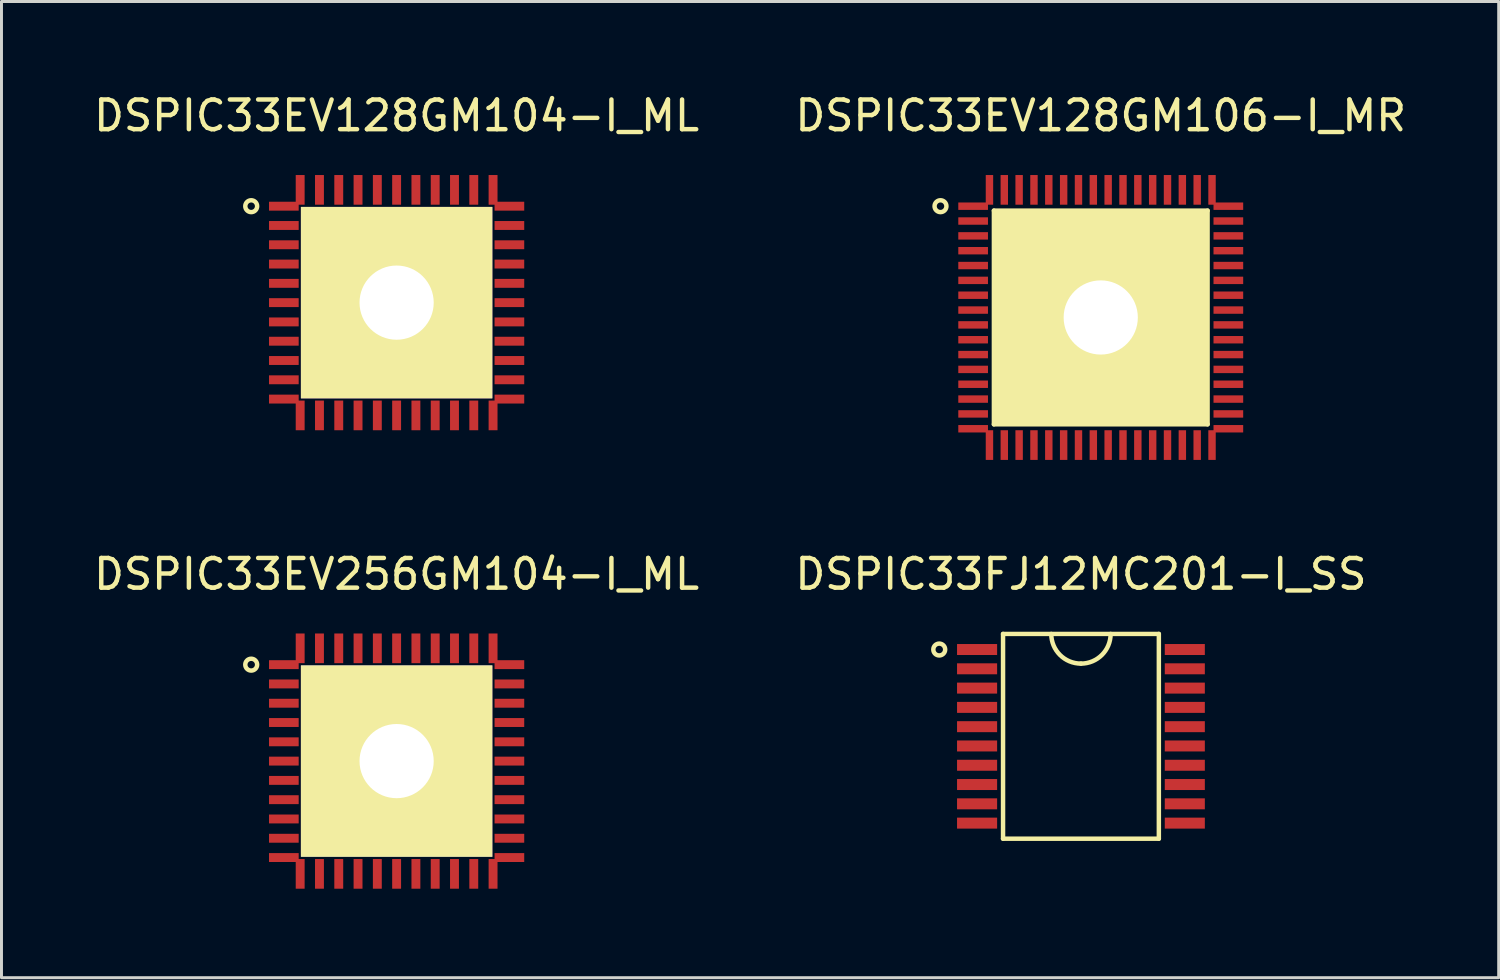
<source format=kicad_pcb>
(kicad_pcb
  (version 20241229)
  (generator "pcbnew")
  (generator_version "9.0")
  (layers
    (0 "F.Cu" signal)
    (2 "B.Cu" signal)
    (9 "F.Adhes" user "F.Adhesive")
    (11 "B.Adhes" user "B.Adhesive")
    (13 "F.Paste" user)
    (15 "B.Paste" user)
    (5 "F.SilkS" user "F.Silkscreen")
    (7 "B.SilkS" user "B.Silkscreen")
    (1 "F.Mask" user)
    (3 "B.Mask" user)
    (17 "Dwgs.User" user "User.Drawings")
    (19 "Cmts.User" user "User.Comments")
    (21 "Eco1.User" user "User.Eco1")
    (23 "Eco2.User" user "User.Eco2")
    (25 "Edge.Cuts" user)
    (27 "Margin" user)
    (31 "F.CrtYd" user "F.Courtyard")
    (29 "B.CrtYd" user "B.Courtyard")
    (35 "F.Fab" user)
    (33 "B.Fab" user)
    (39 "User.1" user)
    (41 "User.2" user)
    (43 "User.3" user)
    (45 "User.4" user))
  (footprint "DSPIC33EV128GM104-I_ML"
    (layer "F.Cu")
    (at 6.515 3.348)
    (property "Reference" "DSPIC33EV128GM104-I_ML" (at 3.8 -2.5 0) (layer "F.SilkS") (effects (font (size 1 1) (thickness 0.15))))
    (attr through_hole)
    (fp_line (start 0.7 0.7) (end 0.7 6.9) (stroke (width 0.15) (type solid)) (layer "F.SilkS"))
    (fp_line (start 0.7 0.7) (end 6.9 0.7) (stroke (width 0.15) (type solid)) (layer "F.SilkS"))
    (fp_line (start 0.7 6.9) (end 6.9 6.9) (stroke (width 0.15) (type solid)) (layer "F.SilkS"))
    (fp_line (start 6.9 6.9) (end 6.9 0.7) (stroke (width 0.15) (type solid)) (layer "F.SilkS"))
    (fp_circle (center -1.1 0.55) (end -1.1 0.35) (stroke (width 0.15) (type solid)) (fill no) (layer "F.SilkS"))
    (fp_circle (center 1.7 1.7) (end 1.7 1.2) (stroke (width 0.15) (type solid)) (fill no) (layer "F.SilkS"))
    (pad "1" smd rect (at 0 0.55) (size 1 0.3) (layers "F.Cu" "F.Mask" "F.Paste"))
    (pad "2" smd rect (at 0 1.2) (size 1 0.3) (layers "F.Cu" "F.Mask" "F.Paste"))
    (pad "3" smd rect (at 0 1.85) (size 1 0.3) (layers "F.Cu" "F.Mask" "F.Paste"))
    (pad "4" smd rect (at 0 2.5) (size 1 0.3) (layers "F.Cu" "F.Mask" "F.Paste"))
    (pad "5" smd rect (at 0 3.15) (size 1 0.3) (layers "F.Cu" "F.Mask" "F.Paste"))
    (pad "6" smd rect (at 0 3.8) (size 1 0.3) (layers "F.Cu" "F.Mask" "F.Paste"))
    (pad "7" smd rect (at 0 4.45) (size 1 0.3) (layers "F.Cu" "F.Mask" "F.Paste"))
    (pad "8" smd rect (at 0 5.1) (size 1 0.3) (layers "F.Cu" "F.Mask" "F.Paste"))
    (pad "9" smd rect (at 0 5.75) (size 1 0.3) (layers "F.Cu" "F.Mask" "F.Paste"))
    (pad "10" smd rect (at 0 6.4) (size 1 0.3) (layers "F.Cu" "F.Mask" "F.Paste"))
    (pad "11" smd rect (at 0 7.05) (size 1 0.3) (layers "F.Cu" "F.Mask" "F.Paste"))
    (pad "12" smd rect (at 0.55 7.6) (size 0.3 1) (layers "F.Cu" "F.Mask" "F.Paste"))
    (pad "13" smd rect (at 1.2 7.6) (size 0.3 1) (layers "F.Cu" "F.Mask" "F.Paste"))
    (pad "14" smd rect (at 1.85 7.6) (size 0.3 1) (layers "F.Cu" "F.Mask" "F.Paste"))
    (pad "15" smd rect (at 2.5 7.6) (size 0.3 1) (layers "F.Cu" "F.Mask" "F.Paste"))
    (pad "16" smd rect (at 3.15 7.6) (size 0.3 1) (layers "F.Cu" "F.Mask" "F.Paste"))
    (pad "17" smd rect (at 3.8 7.6) (size 0.3 1) (layers "F.Cu" "F.Mask" "F.Paste"))
    (pad "18" smd rect (at 4.45 7.6) (size 0.3 1) (layers "F.Cu" "F.Mask" "F.Paste"))
    (pad "19" smd rect (at 5.1 7.6) (size 0.3 1) (layers "F.Cu" "F.Mask" "F.Paste"))
    (pad "20" smd rect (at 5.75 7.6) (size 0.3 1) (layers "F.Cu" "F.Mask" "F.Paste"))
    (pad "21" smd rect (at 6.4 7.6) (size 0.3 1) (layers "F.Cu" "F.Mask" "F.Paste"))
    (pad "22" smd rect (at 7.05 7.6) (size 0.3 1) (layers "F.Cu" "F.Mask" "F.Paste"))
    (pad "23" smd rect (at 7.6 7.05) (size 1 0.3) (layers "F.Cu" "F.Mask" "F.Paste"))
    (pad "24" smd rect (at 7.6 6.4) (size 1 0.3) (layers "F.Cu" "F.Mask" "F.Paste"))
    (pad "25" smd rect (at 7.6 5.75) (size 1 0.3) (layers "F.Cu" "F.Mask" "F.Paste"))
    (pad "26" smd rect (at 7.6 5.1) (size 1 0.3) (layers "F.Cu" "F.Mask" "F.Paste"))
    (pad "27" smd rect (at 7.6 4.45) (size 1 0.3) (layers "F.Cu" "F.Mask" "F.Paste"))
    (pad "28" smd rect (at 7.6 3.8) (size 1 0.3) (layers "F.Cu" "F.Mask" "F.Paste"))
    (pad "29" smd rect (at 7.6 3.15) (size 1 0.3) (layers "F.Cu" "F.Mask" "F.Paste"))
    (pad "30" smd rect (at 7.6 2.5) (size 1 0.3) (layers "F.Cu" "F.Mask" "F.Paste"))
    (pad "31" smd rect (at 7.6 1.85) (size 1 0.3) (layers "F.Cu" "F.Mask" "F.Paste"))
    (pad "32" smd rect (at 7.6 1.2) (size 1 0.3) (layers "F.Cu" "F.Mask" "F.Paste"))
    (pad "33" smd rect (at 7.6 0.55) (size 1 0.3) (layers "F.Cu" "F.Mask" "F.Paste"))
    (pad "34" smd rect (at 7.05 0) (size 0.3 1) (layers "F.Cu" "F.Mask" "F.Paste"))
    (pad "35" smd rect (at 6.4 0) (size 0.3 1) (layers "F.Cu" "F.Mask" "F.Paste"))
    (pad "36" smd rect (at 5.75 0) (size 0.3 1) (layers "F.Cu" "F.Mask" "F.Paste"))
    (pad "37" smd rect (at 5.1 0) (size 0.3 1) (layers "F.Cu" "F.Mask" "F.Paste"))
    (pad "38" smd rect (at 4.45 0) (size 0.3 1) (layers "F.Cu" "F.Mask" "F.Paste"))
    (pad "39" smd rect (at 3.8 0) (size 0.3 1) (layers "F.Cu" "F.Mask" "F.Paste"))
    (pad "40" smd rect (at 3.15 0) (size 0.3 1) (layers "F.Cu" "F.Mask" "F.Paste"))
    (pad "41" smd rect (at 2.5 0) (size 0.3 1) (layers "F.Cu" "F.Mask" "F.Paste"))
    (pad "42" smd rect (at 1.85 0) (size 0.3 1) (layers "F.Cu" "F.Mask" "F.Paste"))
    (pad "43" smd rect (at 1.2 0) (size 0.3 1) (layers "F.Cu" "F.Mask" "F.Paste"))
    (pad "44" smd rect (at 0.55 0) (size 0.3 1) (layers "F.Cu" "F.Mask" "F.Paste"))
    (pad "999" thru_hole rect (at 3.8 3.8) (size 6.45 6.45) (drill 2.5) (layers "*.Cu" "*.Mask" "F.SilkS")))
  (footprint "DSPIC33EV256GM104-I_ML"
    (layer "F.Cu")
    (at 6.515 18.797)
    (property "Reference" "DSPIC33EV256GM104-I_ML" (at 3.8 -2.5 0) (layer "F.SilkS") (effects (font (size 1 1) (thickness 0.15))))
    (attr through_hole)
    (fp_line (start 0.7 0.7) (end 0.7 6.9) (stroke (width 0.15) (type solid)) (layer "F.SilkS"))
    (fp_line (start 0.7 0.7) (end 6.9 0.7) (stroke (width 0.15) (type solid)) (layer "F.SilkS"))
    (fp_line (start 0.7 6.9) (end 6.9 6.9) (stroke (width 0.15) (type solid)) (layer "F.SilkS"))
    (fp_line (start 6.9 6.9) (end 6.9 0.7) (stroke (width 0.15) (type solid)) (layer "F.SilkS"))
    (fp_circle (center -1.1 0.55) (end -1.1 0.35) (stroke (width 0.15) (type solid)) (fill no) (layer "F.SilkS"))
    (fp_circle (center 1.7 1.7) (end 1.7 1.2) (stroke (width 0.15) (type solid)) (fill no) (layer "F.SilkS"))
    (pad "1" smd rect (at 0 0.55) (size 1 0.3) (layers "F.Cu" "F.Mask" "F.Paste"))
    (pad "2" smd rect (at 0 1.2) (size 1 0.3) (layers "F.Cu" "F.Mask" "F.Paste"))
    (pad "3" smd rect (at 0 1.85) (size 1 0.3) (layers "F.Cu" "F.Mask" "F.Paste"))
    (pad "4" smd rect (at 0 2.5) (size 1 0.3) (layers "F.Cu" "F.Mask" "F.Paste"))
    (pad "5" smd rect (at 0 3.15) (size 1 0.3) (layers "F.Cu" "F.Mask" "F.Paste"))
    (pad "6" smd rect (at 0 3.8) (size 1 0.3) (layers "F.Cu" "F.Mask" "F.Paste"))
    (pad "7" smd rect (at 0 4.45) (size 1 0.3) (layers "F.Cu" "F.Mask" "F.Paste"))
    (pad "8" smd rect (at 0 5.1) (size 1 0.3) (layers "F.Cu" "F.Mask" "F.Paste"))
    (pad "9" smd rect (at 0 5.75) (size 1 0.3) (layers "F.Cu" "F.Mask" "F.Paste"))
    (pad "10" smd rect (at 0 6.4) (size 1 0.3) (layers "F.Cu" "F.Mask" "F.Paste"))
    (pad "11" smd rect (at 0 7.05) (size 1 0.3) (layers "F.Cu" "F.Mask" "F.Paste"))
    (pad "12" smd rect (at 0.55 7.6) (size 0.3 1) (layers "F.Cu" "F.Mask" "F.Paste"))
    (pad "13" smd rect (at 1.2 7.6) (size 0.3 1) (layers "F.Cu" "F.Mask" "F.Paste"))
    (pad "14" smd rect (at 1.85 7.6) (size 0.3 1) (layers "F.Cu" "F.Mask" "F.Paste"))
    (pad "15" smd rect (at 2.5 7.6) (size 0.3 1) (layers "F.Cu" "F.Mask" "F.Paste"))
    (pad "16" smd rect (at 3.15 7.6) (size 0.3 1) (layers "F.Cu" "F.Mask" "F.Paste"))
    (pad "17" smd rect (at 3.8 7.6) (size 0.3 1) (layers "F.Cu" "F.Mask" "F.Paste"))
    (pad "18" smd rect (at 4.45 7.6) (size 0.3 1) (layers "F.Cu" "F.Mask" "F.Paste"))
    (pad "19" smd rect (at 5.1 7.6) (size 0.3 1) (layers "F.Cu" "F.Mask" "F.Paste"))
    (pad "20" smd rect (at 5.75 7.6) (size 0.3 1) (layers "F.Cu" "F.Mask" "F.Paste"))
    (pad "21" smd rect (at 6.4 7.6) (size 0.3 1) (layers "F.Cu" "F.Mask" "F.Paste"))
    (pad "22" smd rect (at 7.05 7.6) (size 0.3 1) (layers "F.Cu" "F.Mask" "F.Paste"))
    (pad "23" smd rect (at 7.6 7.05) (size 1 0.3) (layers "F.Cu" "F.Mask" "F.Paste"))
    (pad "24" smd rect (at 7.6 6.4) (size 1 0.3) (layers "F.Cu" "F.Mask" "F.Paste"))
    (pad "25" smd rect (at 7.6 5.75) (size 1 0.3) (layers "F.Cu" "F.Mask" "F.Paste"))
    (pad "26" smd rect (at 7.6 5.1) (size 1 0.3) (layers "F.Cu" "F.Mask" "F.Paste"))
    (pad "27" smd rect (at 7.6 4.45) (size 1 0.3) (layers "F.Cu" "F.Mask" "F.Paste"))
    (pad "28" smd rect (at 7.6 3.8) (size 1 0.3) (layers "F.Cu" "F.Mask" "F.Paste"))
    (pad "29" smd rect (at 7.6 3.15) (size 1 0.3) (layers "F.Cu" "F.Mask" "F.Paste"))
    (pad "30" smd rect (at 7.6 2.5) (size 1 0.3) (layers "F.Cu" "F.Mask" "F.Paste"))
    (pad "31" smd rect (at 7.6 1.85) (size 1 0.3) (layers "F.Cu" "F.Mask" "F.Paste"))
    (pad "32" smd rect (at 7.6 1.2) (size 1 0.3) (layers "F.Cu" "F.Mask" "F.Paste"))
    (pad "33" smd rect (at 7.6 0.55) (size 1 0.3) (layers "F.Cu" "F.Mask" "F.Paste"))
    (pad "34" smd rect (at 7.05 0) (size 0.3 1) (layers "F.Cu" "F.Mask" "F.Paste"))
    (pad "35" smd rect (at 6.4 0) (size 0.3 1) (layers "F.Cu" "F.Mask" "F.Paste"))
    (pad "36" smd rect (at 5.75 0) (size 0.3 1) (layers "F.Cu" "F.Mask" "F.Paste"))
    (pad "37" smd rect (at 5.1 0) (size 0.3 1) (layers "F.Cu" "F.Mask" "F.Paste"))
    (pad "38" smd rect (at 4.45 0) (size 0.3 1) (layers "F.Cu" "F.Mask" "F.Paste"))
    (pad "39" smd rect (at 3.8 0) (size 0.3 1) (layers "F.Cu" "F.Mask" "F.Paste"))
    (pad "40" smd rect (at 3.15 0) (size 0.3 1) (layers "F.Cu" "F.Mask" "F.Paste"))
    (pad "41" smd rect (at 2.5 0) (size 0.3 1) (layers "F.Cu" "F.Mask" "F.Paste"))
    (pad "42" smd rect (at 1.85 0) (size 0.3 1) (layers "F.Cu" "F.Mask" "F.Paste"))
    (pad "43" smd rect (at 1.2 0) (size 0.3 1) (layers "F.Cu" "F.Mask" "F.Paste"))
    (pad "44" smd rect (at 0.55 0) (size 0.3 1) (layers "F.Cu" "F.Mask" "F.Paste"))
    (pad "999" thru_hole rect (at 3.8 3.8) (size 6.45 6.45) (drill 2.5) (layers "*.Cu" "*.Mask" "F.SilkS")))
  (footprint "DSPIC33EV128GM106-I_MR"
    (layer "F.Cu")
    (at 29.742 3.348)
    (property "Reference" "DSPIC33EV128GM106-I_MR" (at 4.3 -2.5 0) (layer "F.SilkS") (effects (font (size 1 1) (thickness 0.15))))
    (attr through_hole)
    (fp_line (start 0.7 0.7) (end 0.7 7.9) (stroke (width 0.15) (type solid)) (layer "F.SilkS"))
    (fp_line (start 0.7 0.7) (end 7.9 0.7) (stroke (width 0.15) (type solid)) (layer "F.SilkS"))
    (fp_line (start 0.7 7.9) (end 7.9 7.9) (stroke (width 0.15) (type solid)) (layer "F.SilkS"))
    (fp_line (start 7.9 7.9) (end 7.9 0.7) (stroke (width 0.15) (type solid)) (layer "F.SilkS"))
    (fp_circle (center -1.1 0.55) (end -1.1 0.35) (stroke (width 0.15) (type solid)) (fill no) (layer "F.SilkS"))
    (fp_circle (center 1.7 1.7) (end 1.7 1.2) (stroke (width 0.15) (type solid)) (fill no) (layer "F.SilkS"))
    (pad "1" smd rect (at 0 0.55) (size 1 0.25) (layers "F.Cu" "F.Mask" "F.Paste"))
    (pad "2" smd rect (at 0 1.05) (size 1 0.25) (layers "F.Cu" "F.Mask" "F.Paste"))
    (pad "3" smd rect (at 0 1.55) (size 1 0.25) (layers "F.Cu" "F.Mask" "F.Paste"))
    (pad "4" smd rect (at 0 2.05) (size 1 0.25) (layers "F.Cu" "F.Mask" "F.Paste"))
    (pad "5" smd rect (at 0 2.55) (size 1 0.25) (layers "F.Cu" "F.Mask" "F.Paste"))
    (pad "6" smd rect (at 0 3.05) (size 1 0.25) (layers "F.Cu" "F.Mask" "F.Paste"))
    (pad "7" smd rect (at 0 3.55) (size 1 0.25) (layers "F.Cu" "F.Mask" "F.Paste"))
    (pad "8" smd rect (at 0 4.05) (size 1 0.25) (layers "F.Cu" "F.Mask" "F.Paste"))
    (pad "9" smd rect (at 0 4.55) (size 1 0.25) (layers "F.Cu" "F.Mask" "F.Paste"))
    (pad "10" smd rect (at 0 5.05) (size 1 0.25) (layers "F.Cu" "F.Mask" "F.Paste"))
    (pad "11" smd rect (at 0 5.55) (size 1 0.25) (layers "F.Cu" "F.Mask" "F.Paste"))
    (pad "12" smd rect (at 0 6.05) (size 1 0.25) (layers "F.Cu" "F.Mask" "F.Paste"))
    (pad "13" smd rect (at 0 6.55) (size 1 0.25) (layers "F.Cu" "F.Mask" "F.Paste"))
    (pad "14" smd rect (at 0 7.05) (size 1 0.25) (layers "F.Cu" "F.Mask" "F.Paste"))
    (pad "15" smd rect (at 0 7.55) (size 1 0.25) (layers "F.Cu" "F.Mask" "F.Paste"))
    (pad "16" smd rect (at 0 8.05) (size 1 0.25) (layers "F.Cu" "F.Mask" "F.Paste"))
    (pad "17" smd rect (at 0.55 8.6) (size 0.25 1) (layers "F.Cu" "F.Mask" "F.Paste"))
    (pad "18" smd rect (at 1.05 8.6) (size 0.25 1) (layers "F.Cu" "F.Mask" "F.Paste"))
    (pad "19" smd rect (at 1.55 8.6) (size 0.25 1) (layers "F.Cu" "F.Mask" "F.Paste"))
    (pad "20" smd rect (at 2.05 8.6) (size 0.25 1) (layers "F.Cu" "F.Mask" "F.Paste"))
    (pad "21" smd rect (at 2.55 8.6) (size 0.25 1) (layers "F.Cu" "F.Mask" "F.Paste"))
    (pad "22" smd rect (at 3.05 8.6) (size 0.25 1) (layers "F.Cu" "F.Mask" "F.Paste"))
    (pad "23" smd rect (at 3.55 8.6) (size 0.25 1) (layers "F.Cu" "F.Mask" "F.Paste"))
    (pad "24" smd rect (at 4.05 8.6) (size 0.25 1) (layers "F.Cu" "F.Mask" "F.Paste"))
    (pad "25" smd rect (at 4.55 8.6) (size 0.25 1) (layers "F.Cu" "F.Mask" "F.Paste"))
    (pad "26" smd rect (at 5.05 8.6) (size 0.25 1) (layers "F.Cu" "F.Mask" "F.Paste"))
    (pad "27" smd rect (at 5.55 8.6) (size 0.25 1) (layers "F.Cu" "F.Mask" "F.Paste"))
    (pad "28" smd rect (at 6.05 8.6) (size 0.25 1) (layers "F.Cu" "F.Mask" "F.Paste"))
    (pad "29" smd rect (at 6.55 8.6) (size 0.25 1) (layers "F.Cu" "F.Mask" "F.Paste"))
    (pad "30" smd rect (at 7.05 8.6) (size 0.25 1) (layers "F.Cu" "F.Mask" "F.Paste"))
    (pad "31" smd rect (at 7.55 8.6) (size 0.25 1) (layers "F.Cu" "F.Mask" "F.Paste"))
    (pad "32" smd rect (at 8.05 8.6) (size 0.25 1) (layers "F.Cu" "F.Mask" "F.Paste"))
    (pad "33" smd rect (at 8.6 8.05) (size 1 0.25) (layers "F.Cu" "F.Mask" "F.Paste"))
    (pad "34" smd rect (at 8.6 7.55) (size 1 0.25) (layers "F.Cu" "F.Mask" "F.Paste"))
    (pad "35" smd rect (at 8.6 7.05) (size 1 0.25) (layers "F.Cu" "F.Mask" "F.Paste"))
    (pad "36" smd rect (at 8.6 6.55) (size 1 0.25) (layers "F.Cu" "F.Mask" "F.Paste"))
    (pad "37" smd rect (at 8.6 6.05) (size 1 0.25) (layers "F.Cu" "F.Mask" "F.Paste"))
    (pad "38" smd rect (at 8.6 5.55) (size 1 0.25) (layers "F.Cu" "F.Mask" "F.Paste"))
    (pad "39" smd rect (at 8.6 5.05) (size 1 0.25) (layers "F.Cu" "F.Mask" "F.Paste"))
    (pad "40" smd rect (at 8.6 4.55) (size 1 0.25) (layers "F.Cu" "F.Mask" "F.Paste"))
    (pad "41" smd rect (at 8.6 4.05) (size 1 0.25) (layers "F.Cu" "F.Mask" "F.Paste"))
    (pad "42" smd rect (at 8.6 3.55) (size 1 0.25) (layers "F.Cu" "F.Mask" "F.Paste"))
    (pad "43" smd rect (at 8.6 3.05) (size 1 0.25) (layers "F.Cu" "F.Mask" "F.Paste"))
    (pad "44" smd rect (at 8.6 2.55) (size 1 0.25) (layers "F.Cu" "F.Mask" "F.Paste"))
    (pad "45" smd rect (at 8.6 2.05) (size 1 0.25) (layers "F.Cu" "F.Mask" "F.Paste"))
    (pad "46" smd rect (at 8.6 1.55) (size 1 0.25) (layers "F.Cu" "F.Mask" "F.Paste"))
    (pad "47" smd rect (at 8.6 1.05) (size 1 0.25) (layers "F.Cu" "F.Mask" "F.Paste"))
    (pad "48" smd rect (at 8.6 0.55) (size 1 0.25) (layers "F.Cu" "F.Mask" "F.Paste"))
    (pad "49" smd rect (at 8.05 0) (size 0.25 1) (layers "F.Cu" "F.Mask" "F.Paste"))
    (pad "50" smd rect (at 7.55 0) (size 0.25 1) (layers "F.Cu" "F.Mask" "F.Paste"))
    (pad "51" smd rect (at 7.05 0) (size 0.25 1) (layers "F.Cu" "F.Mask" "F.Paste"))
    (pad "52" smd rect (at 6.55 0) (size 0.25 1) (layers "F.Cu" "F.Mask" "F.Paste"))
    (pad "53" smd rect (at 6.05 0) (size 0.25 1) (layers "F.Cu" "F.Mask" "F.Paste"))
    (pad "54" smd rect (at 5.55 0) (size 0.25 1) (layers "F.Cu" "F.Mask" "F.Paste"))
    (pad "55" smd rect (at 5.05 0) (size 0.25 1) (layers "F.Cu" "F.Mask" "F.Paste"))
    (pad "56" smd rect (at 4.55 0) (size 0.25 1) (layers "F.Cu" "F.Mask" "F.Paste"))
    (pad "57" smd rect (at 4.05 0) (size 0.25 1) (layers "F.Cu" "F.Mask" "F.Paste"))
    (pad "58" smd rect (at 3.55 0) (size 0.25 1) (layers "F.Cu" "F.Mask" "F.Paste"))
    (pad "59" smd rect (at 3.05 0) (size 0.25 1) (layers "F.Cu" "F.Mask" "F.Paste"))
    (pad "60" smd rect (at 2.55 0) (size 0.25 1) (layers "F.Cu" "F.Mask" "F.Paste"))
    (pad "61" smd rect (at 2.05 0) (size 0.25 1) (layers "F.Cu" "F.Mask" "F.Paste"))
    (pad "62" smd rect (at 1.55 0) (size 0.25 1) (layers "F.Cu" "F.Mask" "F.Paste"))
    (pad "63" smd rect (at 1.05 0) (size 0.25 1) (layers "F.Cu" "F.Mask" "F.Paste"))
    (pad "64" smd rect (at 0.55 0) (size 0.25 1) (layers "F.Cu" "F.Mask" "F.Paste"))
    (pad "999" thru_hole rect (at 4.3 4.3) (size 7.15 7.15) (drill 2.5) (layers "*.Cu" "*.Mask" "F.SilkS")))
  (footprint "DSPIC33FJ12MC201-I_SS"
    (layer "F.Cu")
    (at 29.875 18.837)
    (property "Reference" "DSPIC33FJ12MC201-I_SS" (at 3.5 -2.54 0) (layer "F.SilkS") (effects (font (size 1 1) (thickness 0.15))))
    (attr through_hole)
    (fp_line (start 0.875 -0.525) (end 6.125 -0.525) (stroke (width 0.15) (type solid)) (layer "F.SilkS"))
    (fp_line (start 0.875 6.375) (end 0.875 -0.525) (stroke (width 0.15) (type solid)) (layer "F.SilkS"))
    (fp_line (start 6.125 -0.525) (end 6.125 6.375) (stroke (width 0.15) (type solid)) (layer "F.SilkS"))
    (fp_line (start 6.125 6.375) (end 0.875 6.375) (stroke (width 0.15) (type solid)) (layer "F.SilkS"))
    (fp_arc (start 3.5 0.475) (mid 2.792893 0.182107) (end 2.5 -0.525) (stroke (width 0.15) (type solid)) (layer "F.SilkS"))
    (fp_arc (start 4.5 -0.525) (mid 4.207107 0.182107) (end 3.5 0.475) (stroke (width 0.15) (type solid)) (layer "F.SilkS"))
    (fp_circle (center -1.275 0) (end -1.275 0.2) (stroke (width 0.15) (type solid)) (fill no) (layer "F.SilkS"))
    (pad "1" smd rect (at 0 0) (size 1.35 0.37) (layers "F.Cu" "F.Mask" "F.Paste"))
    (pad "2" smd rect (at 0 0.65) (size 1.35 0.37) (layers "F.Cu" "F.Mask" "F.Paste"))
    (pad "3" smd rect (at 0 1.3) (size 1.35 0.37) (layers "F.Cu" "F.Mask" "F.Paste"))
    (pad "4" smd rect (at 0 1.95) (size 1.35 0.37) (layers "F.Cu" "F.Mask" "F.Paste"))
    (pad "5" smd rect (at 0 2.6) (size 1.35 0.37) (layers "F.Cu" "F.Mask" "F.Paste"))
    (pad "6" smd rect (at 0 3.25) (size 1.35 0.37) (layers "F.Cu" "F.Mask" "F.Paste"))
    (pad "7" smd rect (at 0 3.9) (size 1.35 0.37) (layers "F.Cu" "F.Mask" "F.Paste"))
    (pad "8" smd rect (at 0 4.55) (size 1.35 0.37) (layers "F.Cu" "F.Mask" "F.Paste"))
    (pad "9" smd rect (at 0 5.2) (size 1.35 0.37) (layers "F.Cu" "F.Mask" "F.Paste"))
    (pad "10" smd rect (at 0 5.85) (size 1.35 0.37) (layers "F.Cu" "F.Mask" "F.Paste"))
    (pad "11" smd rect (at 7 5.85) (size 1.35 0.37) (layers "F.Cu" "F.Mask" "F.Paste"))
    (pad "12" smd rect (at 7 5.2) (size 1.35 0.37) (layers "F.Cu" "F.Mask" "F.Paste"))
    (pad "13" smd rect (at 7 4.55) (size 1.35 0.37) (layers "F.Cu" "F.Mask" "F.Paste"))
    (pad "14" smd rect (at 7 3.9) (size 1.35 0.37) (layers "F.Cu" "F.Mask" "F.Paste"))
    (pad "15" smd rect (at 7 3.25) (size 1.35 0.37) (layers "F.Cu" "F.Mask" "F.Paste"))
    (pad "16" smd rect (at 7 2.6) (size 1.35 0.37) (layers "F.Cu" "F.Mask" "F.Paste"))
    (pad "17" smd rect (at 7 1.95) (size 1.35 0.37) (layers "F.Cu" "F.Mask" "F.Paste"))
    (pad "18" smd rect (at 7 1.3) (size 1.35 0.37) (layers "F.Cu" "F.Mask" "F.Paste"))
    (pad "19" smd rect (at 7 0.65) (size 1.35 0.37) (layers "F.Cu" "F.Mask" "F.Paste"))
    (pad "20" smd rect (at 7 0) (size 1.35 0.37) (layers "F.Cu" "F.Mask" "F.Paste")))
  (gr_rect
    (start -3 -3)
    (end 47.452 29.896)
    (stroke (width 0.1) (type default))
    (fill no)
    (layer "Edge.Cuts")))
</source>
